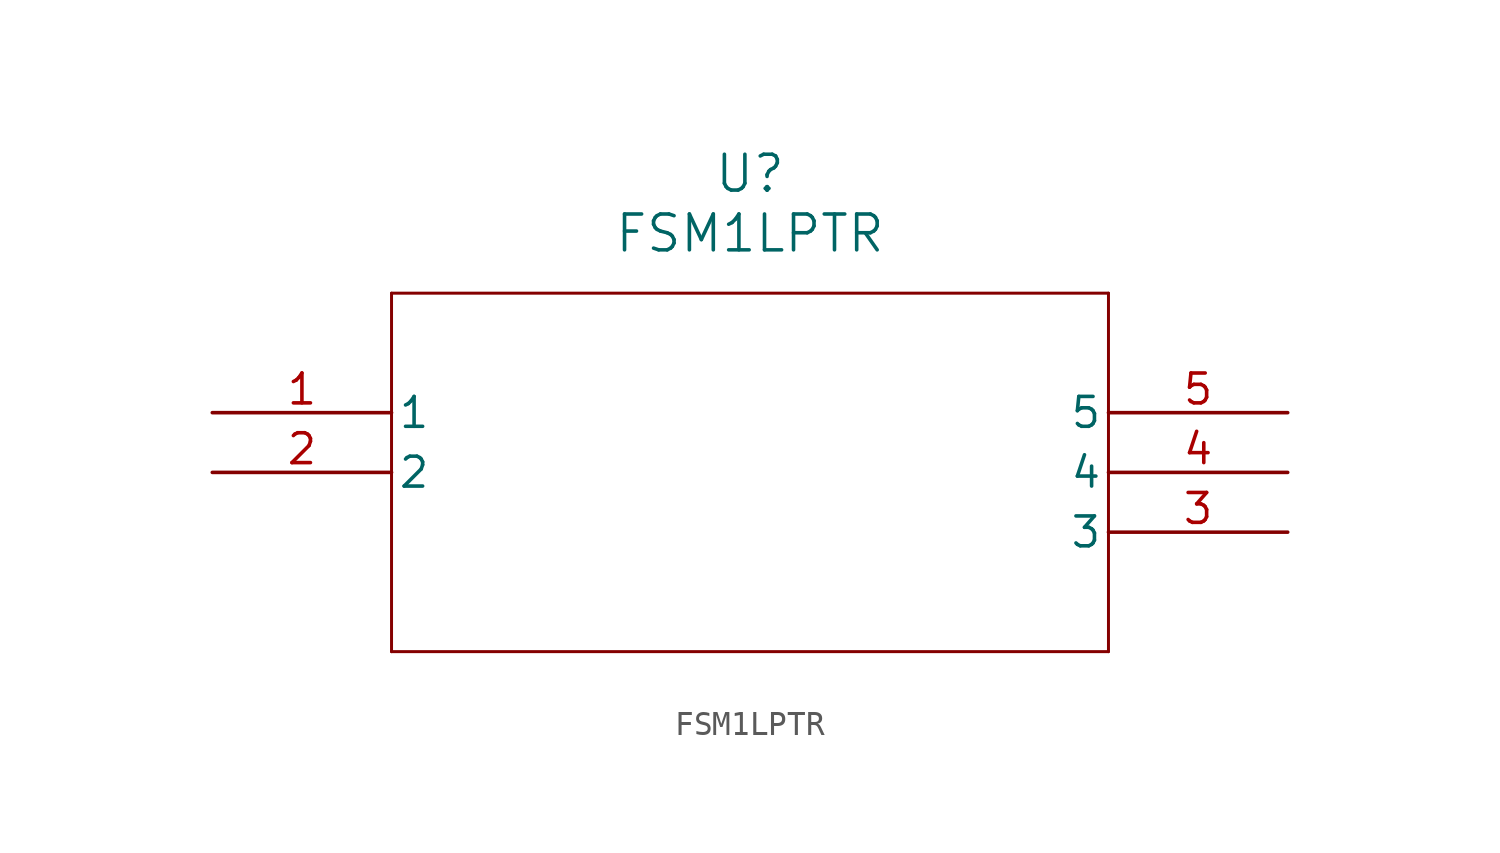
<source format=kicad_sym>
(kicad_symbol_lib
  (version 20211014)
  (generator kicad_symbol_editor)
  (symbol "FSM1LPTR"
    (pin_names
      (offset 0.254))
    (property "Reference" "U"
      (at 22.86 10.16 0)
      (effects (font (size 1.524 1.524))))
    (property "Value" "FSM1LPTR"
      (at 22.86 7.62 0)
      (effects (font (size 1.524 1.524))))
    (symbol "FSM1LPTR_0_1"
      (polyline (pts (xy 7.62 5.08) (xy 7.62 -10.16)) (stroke (width 0.127) (type default) (color 0 0 0 0)) (fill (type none)))
      (polyline (pts (xy 7.62 -10.16) (xy 38.1 -10.16)) (stroke (width 0.127) (type default) (color 0 0 0 0)) (fill (type none)))
      (polyline (pts (xy 38.1 -10.16) (xy 38.1 5.08)) (stroke (width 0.127) (type default) (color 0 0 0 0)) (fill (type none)))
      (polyline (pts (xy 38.1 5.08) (xy 7.62 5.08)) (stroke (width 0.127) (type default) (color 0 0 0 0)) (fill (type none)))
      (pin unspecified line (at 0 0 0) (length 7.62) (name "1" (effects (font (size 1.27 1.27)))) (number "1" (effects (font (size 1.27 1.27)))))
      (pin unspecified line (at 0 -2.54 0) (length 7.62) (name "2" (effects (font (size 1.27 1.27)))) (number "2" (effects (font (size 1.27 1.27)))))
      (pin unspecified line (at 45.72 -5.08 180) (length 7.62) (name "3" (effects (font (size 1.27 1.27)))) (number "3" (effects (font (size 1.27 1.27)))))
      (pin unspecified line (at 45.72 -2.54 180) (length 7.62) (name "4" (effects (font (size 1.27 1.27)))) (number "4" (effects (font (size 1.27 1.27)))))
      (pin unspecified line (at 45.72 0 180) (length 7.62) (name "5" (effects (font (size 1.27 1.27)))) (number "5" (effects (font (size 1.27 1.27))))))))
</source>
